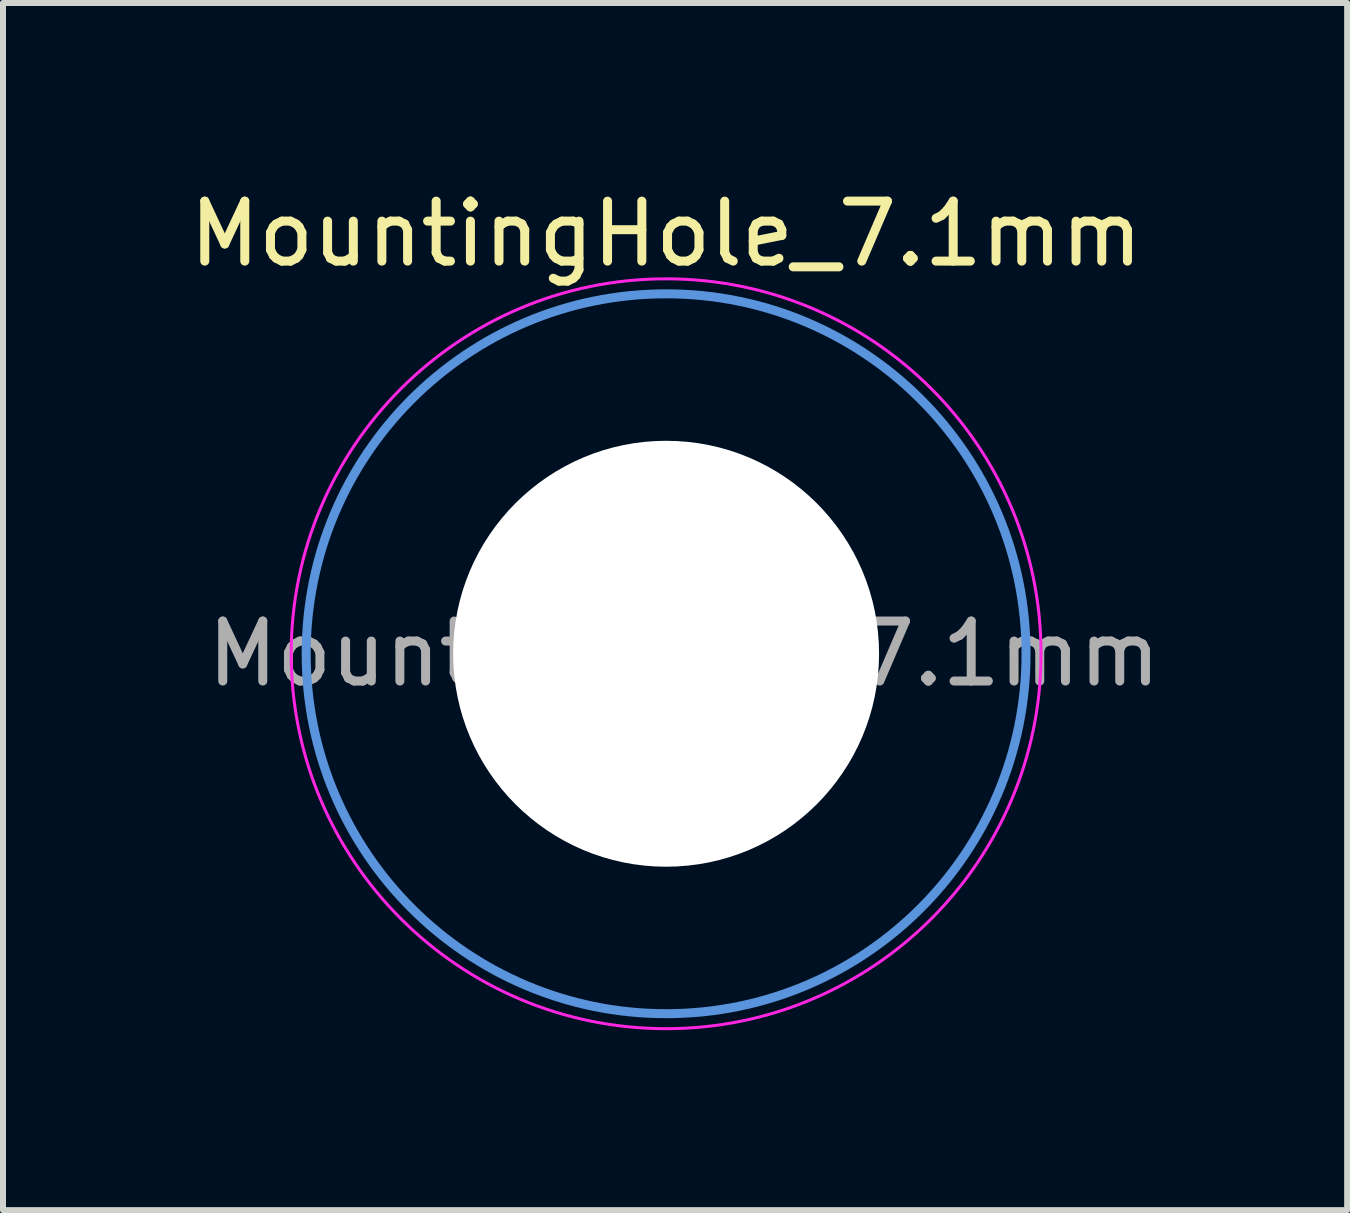
<source format=kicad_pcb>
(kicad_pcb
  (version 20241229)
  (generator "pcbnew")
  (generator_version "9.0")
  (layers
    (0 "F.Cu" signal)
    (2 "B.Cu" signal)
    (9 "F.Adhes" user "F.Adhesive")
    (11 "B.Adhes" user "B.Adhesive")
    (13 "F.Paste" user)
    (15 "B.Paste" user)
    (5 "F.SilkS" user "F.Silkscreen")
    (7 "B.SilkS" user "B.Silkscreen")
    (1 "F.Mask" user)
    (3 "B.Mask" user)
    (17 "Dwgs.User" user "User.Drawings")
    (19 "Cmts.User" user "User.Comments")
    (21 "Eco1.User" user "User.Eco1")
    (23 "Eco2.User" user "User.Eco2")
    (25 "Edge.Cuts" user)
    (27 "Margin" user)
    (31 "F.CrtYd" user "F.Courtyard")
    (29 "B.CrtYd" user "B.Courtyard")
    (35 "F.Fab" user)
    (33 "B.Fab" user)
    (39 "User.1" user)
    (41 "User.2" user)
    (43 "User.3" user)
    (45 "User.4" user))
  (footprint "MountingHole_7.1mm"
    (layer "F.Cu")
    (at 8.054 7.848)
    (property "Reference" "MountingHole_7.1mm" (at 0 -7 0) (layer "F.SilkS") (effects (font (size 1 1) (thickness 0.15))))
    (attr exclude_from_pos_files exclude_from_bom)
    (fp_circle (center 0 0) (end 6 0) (stroke (width 0.15) (type solid)) (fill no) (layer "Cmts.User"))
    (fp_circle (center 0 0) (end 6.25 0) (stroke (width 0.05) (type solid)) (fill no) (layer "F.CrtYd"))
    (fp_text user "${REFERENCE}" (at 0.3 0 0) (layer "F.Fab") (effects (font (size 1 1) (thickness 0.15))))
    (pad "" np_thru_hole circle (at 0 0) (size 7.1 7.1) (drill 7.1) (layers "*.Cu" "*.Mask")))
  (gr_rect
    (start -3 -3)
    (end 19.407 17.123)
    (stroke (width 0.1) (type default))
    (fill no)
    (layer "Edge.Cuts")))
</source>
